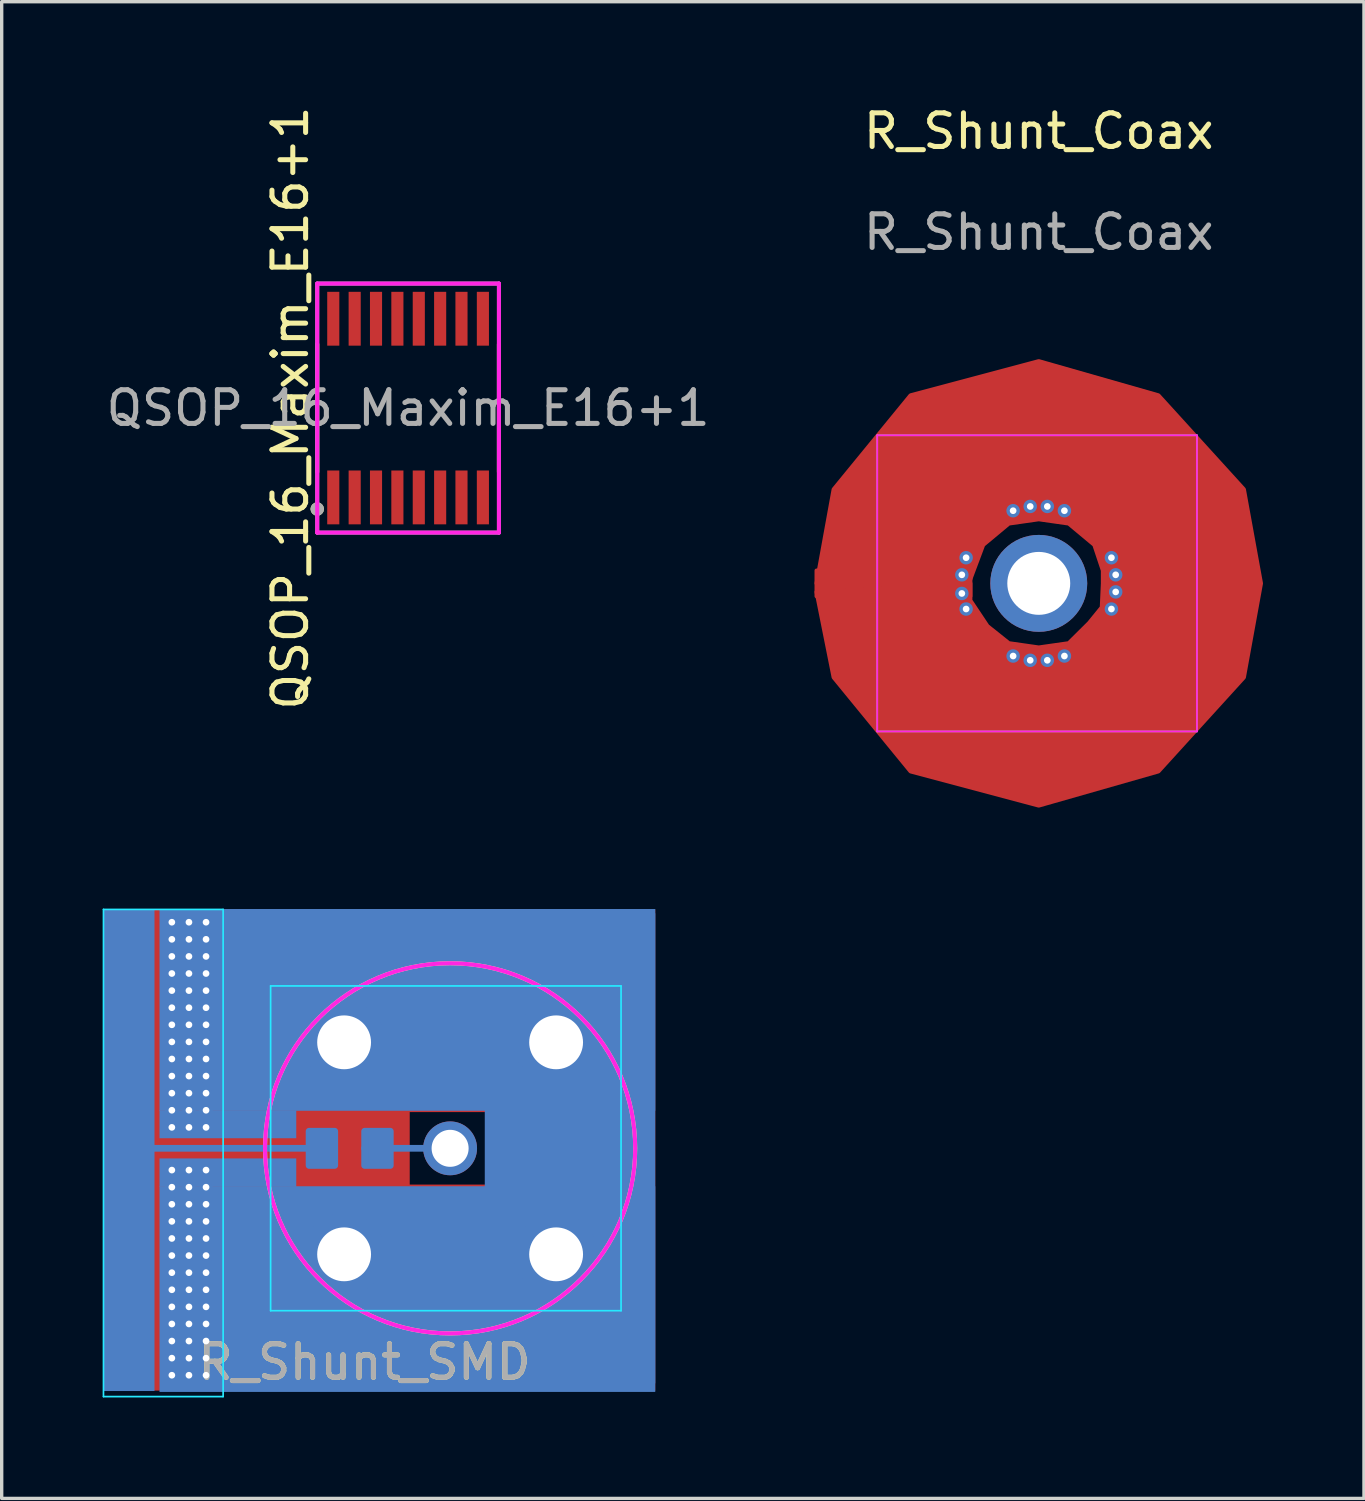
<source format=kicad_pcb>
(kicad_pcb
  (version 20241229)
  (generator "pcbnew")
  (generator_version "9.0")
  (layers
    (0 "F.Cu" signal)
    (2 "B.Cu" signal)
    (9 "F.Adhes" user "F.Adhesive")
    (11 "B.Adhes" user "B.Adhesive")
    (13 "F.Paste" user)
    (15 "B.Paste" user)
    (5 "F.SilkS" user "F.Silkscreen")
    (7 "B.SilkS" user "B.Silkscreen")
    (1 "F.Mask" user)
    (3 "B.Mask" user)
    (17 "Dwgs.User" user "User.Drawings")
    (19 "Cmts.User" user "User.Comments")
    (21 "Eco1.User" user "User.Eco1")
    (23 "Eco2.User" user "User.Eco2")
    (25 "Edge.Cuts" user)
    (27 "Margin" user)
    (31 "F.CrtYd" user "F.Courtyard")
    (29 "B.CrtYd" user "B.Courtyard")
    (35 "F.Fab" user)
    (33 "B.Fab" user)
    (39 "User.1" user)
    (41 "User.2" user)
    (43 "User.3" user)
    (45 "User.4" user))
  (footprint "QSOP_16_Maxim_E16+1"
    (layer "F.Cu")
    (at 9.077 9.077)
    (property "Reference" "QSOP_16_Maxim_E16+1" (at -3.5 0 90) (layer "F.SilkS") (effects (font (size 1 1) (thickness 0.15))))
    (attr through_hole)
    (fp_line (start -2.7 1.9) (end -2.7 -1.9) (stroke (width 0.12) (type solid)) (layer "F.SilkS"))
    (fp_line (start 2.7 -1.9) (end 2.7 1.9) (stroke (width 0.12) (type solid)) (layer "F.SilkS"))
    (fp_circle (center -2.7 3) (end -2.6 3) (stroke (width 0.2) (type solid)) (fill no) (layer "F.SilkS"))
    (fp_line (start -2.7 -3.7) (end 2.7 -3.7) (stroke (width 0.12) (type solid)) (layer "F.CrtYd"))
    (fp_line (start -2.7 3.7) (end -2.7 -3.7) (stroke (width 0.12) (type solid)) (layer "F.CrtYd"))
    (fp_line (start 2.7 -3.7) (end 2.7 3.7) (stroke (width 0.12) (type solid)) (layer "F.CrtYd"))
    (fp_line (start 2.7 3.7) (end -2.7 3.7) (stroke (width 0.12) (type solid)) (layer "F.CrtYd"))
    (fp_line (start -2.7 -3.7) (end 2.7 -3.7) (stroke (width 0.12) (type solid)) (layer "F.Fab"))
    (fp_line (start -2.7 3.7) (end -2.7 -3.7) (stroke (width 0.12) (type solid)) (layer "F.Fab"))
    (fp_line (start 2.7 -3.7) (end 2.7 3.7) (stroke (width 0.12) (type solid)) (layer "F.Fab"))
    (fp_line (start 2.7 3.7) (end -2.7 3.7) (stroke (width 0.12) (type solid)) (layer "F.Fab"))
    (fp_circle (center -2.7 3) (end -2.6 3) (stroke (width 0.2) (type solid)) (fill no) (layer "F.Fab"))
    (fp_text user "${REFERENCE}" (at 0 0 0) (unlocked yes) (layer "F.Fab") (effects (font (size 1 1) (thickness 0.15))))
    (pad "1" smd rect (at -2.223 2.655) (size 0.36 1.6) (layers "F.Cu" "F.Mask" "F.Paste"))
    (pad "2" smd rect (at -1.587 2.655) (size 0.36 1.6) (layers "F.Cu" "F.Mask" "F.Paste"))
    (pad "3" smd rect (at -0.953 2.655) (size 0.36 1.6) (layers "F.Cu" "F.Mask" "F.Paste"))
    (pad "4" smd rect (at -0.318 2.655) (size 0.36 1.6) (layers "F.Cu" "F.Mask" "F.Paste"))
    (pad "5" smd rect (at 0.318 2.655) (size 0.36 1.6) (layers "F.Cu" "F.Mask" "F.Paste"))
    (pad "6" smd rect (at 0.953 2.655) (size 0.36 1.6) (layers "F.Cu" "F.Mask" "F.Paste"))
    (pad "7" smd rect (at 1.587 2.655) (size 0.36 1.6) (layers "F.Cu" "F.Mask" "F.Paste"))
    (pad "8" smd rect (at 2.223 2.655) (size 0.36 1.6) (layers "F.Cu" "F.Mask" "F.Paste"))
    (pad "9" smd rect (at 2.223 -2.655) (size 0.36 1.6) (layers "F.Cu" "F.Mask" "F.Paste"))
    (pad "10" smd rect (at 1.587 -2.655) (size 0.36 1.6) (layers "F.Cu" "F.Mask" "F.Paste"))
    (pad "11" smd rect (at 0.953 -2.655) (size 0.36 1.6) (layers "F.Cu" "F.Mask" "F.Paste"))
    (pad "12" smd rect (at 0.318 -2.655) (size 0.36 1.6) (layers "F.Cu" "F.Mask" "F.Paste"))
    (pad "13" smd rect (at -0.318 -2.655) (size 0.36 1.6) (layers "F.Cu" "F.Mask" "F.Paste"))
    (pad "14" smd rect (at -0.953 -2.655) (size 0.36 1.6) (layers "F.Cu" "F.Mask" "F.Paste"))
    (pad "15" smd rect (at -1.587 -2.655) (size 0.36 1.6) (layers "F.Cu" "F.Mask" "F.Paste"))
    (pad "16" smd rect (at -2.223 -2.655) (size 0.36 1.6) (layers "F.Cu" "F.Mask" "F.Paste")))
  (footprint "R_Shunt_SMD"
    (layer "F.Cu")
    (at 10.326 31.075)
    (property "Reference" "R_Shunt_SMD" (at -2.54 6.35 0) (unlocked yes) (layer "F.SilkS") (effects (font (size 1 1) (thickness 0.15))))
    (attr smd)
    (fp_rect (start -10.285 -7.088) (end -1.2 7.2) (stroke (width 0) (type solid)) (fill yes) (layer "F.Cu"))
    (fp_rect (start -3 1.077) (end 2.2 7.2) (stroke (width 0) (type solid)) (fill yes) (layer "F.Cu"))
    (fp_rect (start -2.4 -7.1) (end 2.8 -1.077) (stroke (width 0) (type solid)) (fill yes) (layer "F.Cu"))
    (fp_rect (start 1.1 -7.1) (end 6.096 7.2) (stroke (width 0) (type solid)) (fill yes) (layer "F.Cu"))
    (fp_line (start -3.81 0) (end -9.271 0) (stroke (width 0.2) (type solid)) (layer "B.Cu"))
    (fp_line (start 0 0) (end -2.54 0) (stroke (width 0.2) (type solid)) (layer "B.Cu"))
    (fp_rect (start -8.636 -7.112) (end 6.096 -1.116) (stroke (width 0) (type solid)) (fill yes) (layer "B.Cu"))
    (fp_rect (start -8.636 -1.131) (end -4.572 -0.3) (stroke (width 0) (type solid)) (fill yes) (layer "B.Cu"))
    (fp_rect (start -8.636 0.3) (end -4.572 1.143) (stroke (width 0) (type solid)) (fill yes) (layer "B.Cu"))
    (fp_rect (start -8.636 1.127) (end 6.096 7.239) (stroke (width 0) (type solid)) (fill yes) (layer "B.Cu"))
    (fp_rect (start -4.191 -0.508) (end -3.429 0.508) (stroke (width 0.2) (type solid)) (fill yes) (layer "B.Cu"))
    (fp_rect (start -2.54 -0.508) (end -1.778 0.508) (stroke (width 0.2) (type solid)) (fill yes) (layer "B.Cu"))
    (fp_rect (start 6.096 -6.985) (end 1.03 6.985) (stroke (width 0) (type solid)) (fill yes) (layer "B.Cu"))
    (fp_rect (start -10.175 -6.985) (end -8.875 7.115) (stroke (width 0.2) (type solid)) (fill yes) (layer "B.Mask"))
    (fp_rect (start -8.585 -6.985) (end -6.985 -0.366) (stroke (width 0.2) (type solid)) (fill yes) (layer "B.Mask"))
    (fp_rect (start -8.561 0.447) (end -6.961 7.147) (stroke (width 0.2) (type solid)) (fill yes) (layer "B.Mask"))
    (fp_circle (center 0 0) (end 5.5 0) (stroke (width 0.12) (type solid)) (fill no) (layer "F.SilkS"))
    (fp_rect (start -10.185 -6.988) (end -8.885 7.112) (stroke (width 0.2) (type solid)) (fill yes) (layer "B.Paste"))
    (fp_rect (start -8.585 -6.988) (end -6.985 -0.369) (stroke (width 0.2) (type solid)) (fill yes) (layer "B.Paste"))
    (fp_rect (start -8.585 0.412) (end -6.985 7.112) (stroke (width 0.2) (type solid)) (fill yes) (layer "B.Paste"))
    (fp_rect (start -4.2 -0.508) (end -3.438 0.508) (stroke (width 0.2) (type solid)) (fill yes) (layer "B.Paste"))
    (fp_rect (start -2.562 -0.508) (end -1.8 0.508) (stroke (width 0.2) (type solid)) (fill yes) (layer "B.Paste"))
    (fp_line (start -10.301 -7.1) (end -6.745 -7.1) (stroke (width 0.05) (type solid)) (layer "B.CrtYd"))
    (fp_line (start -10.301 7.378) (end -10.301 -7.1) (stroke (width 0.05) (type solid)) (layer "B.CrtYd"))
    (fp_line (start -6.745 -7.1) (end -6.745 7.378) (stroke (width 0.05) (type solid)) (layer "B.CrtYd"))
    (fp_line (start -6.745 7.378) (end -10.301 7.378) (stroke (width 0.05) (type solid)) (layer "B.CrtYd"))
    (fp_line (start -5.334 -4.826) (end 5.08 -4.826) (stroke (width 0.05) (type solid)) (layer "B.CrtYd"))
    (fp_line (start -5.334 4.826) (end -5.334 -4.826) (stroke (width 0.05) (type solid)) (layer "B.CrtYd"))
    (fp_line (start 5.08 -4.826) (end 5.08 4.826) (stroke (width 0.05) (type solid)) (layer "B.CrtYd"))
    (fp_line (start 5.08 4.826) (end -5.334 4.826) (stroke (width 0.05) (type solid)) (layer "B.CrtYd"))
    (fp_circle (center 0 0) (end 5.5 0) (stroke (width 0.12) (type solid)) (fill no) (layer "F.CrtYd"))
    (fp_text user "${REFERENCE}" (at -2.54 6.35 0) (unlocked yes) (layer "F.Fab") (effects (font (size 1 1) (thickness 0.15))))
    (pad "" thru_hole circle (at 0 0) (size 1.6 1.6) (drill 1.1) (layers "*.Cu" "*.Mask"))
    (pad "1" smd rect (at -9.535 0.062) (size 1.5 14.3) (layers "B.Cu"))
    (pad "2" thru_hole circle (at -8.269 -6.719) (size 0.4 0.4) (drill 0.2) (layers "*.Cu" "*.Mask"))
    (pad "2" thru_hole circle (at -8.269 -6.211) (size 0.4 0.4) (drill 0.2) (layers "*.Cu" "*.Mask"))
    (pad "2" thru_hole circle (at -8.269 -5.703) (size 0.4 0.4) (drill 0.2) (layers "*.Cu" "*.Mask"))
    (pad "2" thru_hole circle (at -8.269 -5.195) (size 0.4 0.4) (drill 0.2) (layers "*.Cu" "*.Mask"))
    (pad "2" thru_hole circle (at -8.269 -4.687) (size 0.4 0.4) (drill 0.2) (layers "*.Cu" "*.Mask"))
    (pad "2" thru_hole circle (at -8.269 -4.179) (size 0.4 0.4) (drill 0.2) (layers "*.Cu" "*.Mask"))
    (pad "2" thru_hole circle (at -8.269 -3.671) (size 0.4 0.4) (drill 0.2) (layers "*.Cu" "*.Mask"))
    (pad "2" thru_hole circle (at -8.269 -3.163) (size 0.4 0.4) (drill 0.2) (layers "*.Cu" "*.Mask"))
    (pad "2" thru_hole circle (at -8.269 -2.655) (size 0.4 0.4) (drill 0.2) (layers "*.Cu" "*.Mask"))
    (pad "2" thru_hole circle (at -8.269 -2.147) (size 0.4 0.4) (drill 0.2) (layers "*.Cu" "*.Mask"))
    (pad "2" thru_hole circle (at -8.269 -1.639) (size 0.4 0.4) (drill 0.2) (layers "*.Cu" "*.Mask"))
    (pad "2" thru_hole circle (at -8.269 -1.131) (size 0.4 0.4) (drill 0.2) (layers "*.Cu" "*.Mask"))
    (pad "2" thru_hole circle (at -8.269 -0.623) (size 0.4 0.4) (drill 0.2) (layers "*.Cu" "*.Mask"))
    (pad "2" thru_hole circle (at -8.269 0.647) (size 0.4 0.4) (drill 0.2) (layers "*.Cu" "*.Mask"))
    (pad "2" thru_hole circle (at -8.269 1.155) (size 0.4 0.4) (drill 0.2) (layers "*.Cu" "*.Mask"))
    (pad "2" thru_hole circle (at -8.269 1.663) (size 0.4 0.4) (drill 0.2) (layers "*.Cu" "*.Mask"))
    (pad "2" thru_hole circle (at -8.269 2.171) (size 0.4 0.4) (drill 0.2) (layers "*.Cu" "*.Mask"))
    (pad "2" thru_hole circle (at -8.269 2.679) (size 0.4 0.4) (drill 0.2) (layers "*.Cu" "*.Mask"))
    (pad "2" thru_hole circle (at -8.269 3.187) (size 0.4 0.4) (drill 0.2) (layers "*.Cu" "*.Mask"))
    (pad "2" thru_hole circle (at -8.269 3.695) (size 0.4 0.4) (drill 0.2) (layers "*.Cu" "*.Mask"))
    (pad "2" thru_hole circle (at -8.269 4.203) (size 0.4 0.4) (drill 0.2) (layers "*.Cu" "*.Mask"))
    (pad "2" thru_hole circle (at -8.269 4.711) (size 0.4 0.4) (drill 0.2) (layers "*.Cu" "*.Mask"))
    (pad "2" thru_hole circle (at -8.269 5.219) (size 0.4 0.4) (drill 0.2) (layers "*.Cu" "*.Mask"))
    (pad "2" thru_hole circle (at -8.269 5.727) (size 0.4 0.4) (drill 0.2) (layers "*.Cu" "*.Mask"))
    (pad "2" thru_hole circle (at -8.269 6.235) (size 0.4 0.4) (drill 0.2) (layers "*.Cu" "*.Mask"))
    (pad "2" thru_hole circle (at -8.269 6.743) (size 0.4 0.4) (drill 0.2) (layers "*.Cu" "*.Mask"))
    (pad "2" thru_hole circle (at -7.761 -6.719) (size 0.4 0.4) (drill 0.2) (layers "*.Cu" "*.Mask"))
    (pad "2" thru_hole circle (at -7.761 -6.211) (size 0.4 0.4) (drill 0.2) (layers "*.Cu" "*.Mask"))
    (pad "2" thru_hole circle (at -7.761 -5.703) (size 0.4 0.4) (drill 0.2) (layers "*.Cu" "*.Mask"))
    (pad "2" thru_hole circle (at -7.761 -5.195) (size 0.4 0.4) (drill 0.2) (layers "*.Cu" "*.Mask"))
    (pad "2" thru_hole circle (at -7.761 -4.687) (size 0.4 0.4) (drill 0.2) (layers "*.Cu" "*.Mask"))
    (pad "2" thru_hole circle (at -7.761 -4.179) (size 0.4 0.4) (drill 0.2) (layers "*.Cu" "*.Mask"))
    (pad "2" thru_hole circle (at -7.761 -3.671) (size 0.4 0.4) (drill 0.2) (layers "*.Cu" "*.Mask"))
    (pad "2" thru_hole circle (at -7.761 -3.163) (size 0.4 0.4) (drill 0.2) (layers "*.Cu" "*.Mask"))
    (pad "2" thru_hole circle (at -7.761 -2.655) (size 0.4 0.4) (drill 0.2) (layers "*.Cu" "*.Mask"))
    (pad "2" thru_hole circle (at -7.761 -2.147) (size 0.4 0.4) (drill 0.2) (layers "*.Cu" "*.Mask"))
    (pad "2" thru_hole circle (at -7.761 -1.639) (size 0.4 0.4) (drill 0.2) (layers "*.Cu" "*.Mask"))
    (pad "2" thru_hole circle (at -7.761 -1.131) (size 0.4 0.4) (drill 0.2) (layers "*.Cu" "*.Mask"))
    (pad "2" thru_hole circle (at -7.761 -0.623) (size 0.4 0.4) (drill 0.2) (layers "*.Cu" "*.Mask"))
    (pad "2" thru_hole circle (at -7.761 0.647) (size 0.4 0.4) (drill 0.2) (layers "*.Cu" "*.Mask"))
    (pad "2" thru_hole circle (at -7.761 1.155) (size 0.4 0.4) (drill 0.2) (layers "*.Cu" "*.Mask"))
    (pad "2" thru_hole circle (at -7.761 1.663) (size 0.4 0.4) (drill 0.2) (layers "*.Cu" "*.Mask"))
    (pad "2" thru_hole circle (at -7.761 2.171) (size 0.4 0.4) (drill 0.2) (layers "*.Cu" "*.Mask"))
    (pad "2" thru_hole circle (at -7.761 2.679) (size 0.4 0.4) (drill 0.2) (layers "*.Cu" "*.Mask"))
    (pad "2" thru_hole circle (at -7.761 3.187) (size 0.4 0.4) (drill 0.2) (layers "*.Cu" "*.Mask"))
    (pad "2" thru_hole circle (at -7.761 3.695) (size 0.4 0.4) (drill 0.2) (layers "*.Cu" "*.Mask"))
    (pad "2" thru_hole circle (at -7.761 4.203) (size 0.4 0.4) (drill 0.2) (layers "*.Cu" "*.Mask"))
    (pad "2" thru_hole circle (at -7.761 4.711) (size 0.4 0.4) (drill 0.2) (layers "*.Cu" "*.Mask"))
    (pad "2" thru_hole circle (at -7.761 5.219) (size 0.4 0.4) (drill 0.2) (layers "*.Cu" "*.Mask"))
    (pad "2" thru_hole circle (at -7.761 5.727) (size 0.4 0.4) (drill 0.2) (layers "*.Cu" "*.Mask"))
    (pad "2" thru_hole circle (at -7.761 6.235) (size 0.4 0.4) (drill 0.2) (layers "*.Cu" "*.Mask"))
    (pad "2" thru_hole circle (at -7.761 6.743) (size 0.4 0.4) (drill 0.2) (layers "*.Cu" "*.Mask"))
    (pad "2" thru_hole circle (at -7.253 -6.719) (size 0.4 0.4) (drill 0.2) (layers "*.Cu" "*.Mask"))
    (pad "2" thru_hole circle (at -7.253 -6.211) (size 0.4 0.4) (drill 0.2) (layers "*.Cu" "*.Mask"))
    (pad "2" thru_hole circle (at -7.253 -5.703) (size 0.4 0.4) (drill 0.2) (layers "*.Cu" "*.Mask"))
    (pad "2" thru_hole circle (at -7.253 -5.195) (size 0.4 0.4) (drill 0.2) (layers "*.Cu" "*.Mask"))
    (pad "2" thru_hole circle (at -7.253 -4.687) (size 0.4 0.4) (drill 0.2) (layers "*.Cu" "*.Mask"))
    (pad "2" thru_hole circle (at -7.253 -4.179) (size 0.4 0.4) (drill 0.2) (layers "*.Cu" "*.Mask"))
    (pad "2" thru_hole circle (at -7.253 -3.671) (size 0.4 0.4) (drill 0.2) (layers "*.Cu" "*.Mask"))
    (pad "2" thru_hole circle (at -7.253 -3.163) (size 0.4 0.4) (drill 0.2) (layers "*.Cu" "*.Mask"))
    (pad "2" thru_hole circle (at -7.253 -2.655) (size 0.4 0.4) (drill 0.2) (layers "*.Cu" "*.Mask"))
    (pad "2" thru_hole circle (at -7.253 -2.147) (size 0.4 0.4) (drill 0.2) (layers "*.Cu" "*.Mask"))
    (pad "2" thru_hole circle (at -7.253 -1.639) (size 0.4 0.4) (drill 0.2) (layers "*.Cu" "*.Mask"))
    (pad "2" thru_hole circle (at -7.253 -1.131) (size 0.4 0.4) (drill 0.2) (layers "*.Cu" "*.Mask"))
    (pad "2" thru_hole circle (at -7.253 -0.623) (size 0.4 0.4) (drill 0.2) (layers "*.Cu" "*.Mask"))
    (pad "2" thru_hole circle (at -7.253 0.647) (size 0.4 0.4) (drill 0.2) (layers "*.Cu" "*.Mask"))
    (pad "2" thru_hole circle (at -7.253 1.155) (size 0.4 0.4) (drill 0.2) (layers "*.Cu" "*.Mask"))
    (pad "2" thru_hole circle (at -7.253 1.663) (size 0.4 0.4) (drill 0.2) (layers "*.Cu" "*.Mask"))
    (pad "2" thru_hole circle (at -7.253 2.171) (size 0.4 0.4) (drill 0.2) (layers "*.Cu" "*.Mask"))
    (pad "2" thru_hole circle (at -7.253 2.679) (size 0.4 0.4) (drill 0.2) (layers "*.Cu" "*.Mask"))
    (pad "2" thru_hole circle (at -7.253 3.187) (size 0.4 0.4) (drill 0.2) (layers "*.Cu" "*.Mask"))
    (pad "2" thru_hole circle (at -7.253 3.695) (size 0.4 0.4) (drill 0.2) (layers "*.Cu" "*.Mask"))
    (pad "2" thru_hole circle (at -7.253 4.203) (size 0.4 0.4) (drill 0.2) (layers "*.Cu" "*.Mask"))
    (pad "2" thru_hole circle (at -7.253 4.711) (size 0.4 0.4) (drill 0.2) (layers "*.Cu" "*.Mask"))
    (pad "2" thru_hole circle (at -7.253 5.219) (size 0.4 0.4) (drill 0.2) (layers "*.Cu" "*.Mask"))
    (pad "2" thru_hole circle (at -7.253 5.727) (size 0.4 0.4) (drill 0.2) (layers "*.Cu" "*.Mask"))
    (pad "2" thru_hole circle (at -7.253 6.235) (size 0.4 0.4) (drill 0.2) (layers "*.Cu" "*.Mask"))
    (pad "2" thru_hole circle (at -7.253 6.743) (size 0.4 0.4) (drill 0.2) (layers "*.Cu" "*.Mask"))
    (pad "2" thru_hole circle (at -3.15 -3.15) (size 2.5 2.5) (drill 1.6) (layers "*.Cu" "*.Mask"))
    (pad "2" thru_hole circle (at -3.15 3.15) (size 2.5 2.5) (drill 1.6) (layers "*.Cu" "*.Mask"))
    (pad "2" thru_hole circle (at 3.15 -3.15) (size 2.5 2.5) (drill 1.6) (layers "*.Cu" "*.Mask"))
    (pad "2" thru_hole circle (at 3.15 3.15) (size 2.5 2.5) (drill 1.6) (layers "*.Cu" "*.Mask")))
  (footprint "R_Shunt_Coax"
    (layer "F.Cu")
    (at 27.819 14.286)
    (property "Reference" "R_Shunt_Coax" (at 0 -13.438 0) (unlocked yes) (layer "F.SilkS") (effects (font (size 1 1) (thickness 0.15))))
    (attr through_hole)
    (fp_rect (start -6.604 -0.381) (end -2.032 0.381) (stroke (width 0.12) (type solid)) (fill yes) (layer "F.Cu"))
    (fp_poly (pts (xy 3.556 -5.588) (xy 6.096 -2.794) (xy 6.604 0) (xy 6.096 2.794) (xy 3.556 5.588) (xy 0 6.604) (xy -3.81 5.588) (xy -6.096 2.794) (xy -6.604 0.254) (xy -2.032 0) (xy -2.032 0.508) (xy -1.524 1.27) (xy -0.889 1.778) (xy 0 1.905) (xy 0.889 1.778) (xy 1.495 1.177) (xy 1.873 0.712) (xy 1.905 0) (xy 1.905 -0.381) (xy 1.651 -1.143) (xy 0.889 -1.778) (xy 0 -1.905) (xy -0.889 -1.778) (xy -1.651 -1.143) (xy -2.032 -0.127) (xy -2.286 -0.254) (xy -5.588 0) (xy -6.604 0) (xy -6.096 -2.794) (xy -3.81 -5.588) (xy 0 -6.604)) (stroke (width 0.12) (type solid)) (fill yes) (layer "F.Cu"))
    (fp_rect (start -6.604 -0.381) (end -2.032 0.381) (stroke (width 0.12) (type solid)) (fill yes) (layer "F.Mask"))
    (fp_poly (pts (xy 3.556 -5.588) (xy 6.096 -2.794) (xy 6.604 0) (xy 6.096 2.794) (xy 3.556 5.588) (xy 0 6.604) (xy -3.81 5.588) (xy -6.096 2.794) (xy -6.604 0.254) (xy -2.032 0) (xy -2.032 0.508) (xy -1.524 1.27) (xy -0.889 1.778) (xy 0 1.905) (xy 0.889 1.778) (xy 1.495 1.177) (xy 1.873 0.712) (xy 1.905 0) (xy 1.905 -0.381) (xy 1.651 -1.143) (xy 0.889 -1.778) (xy 0 -1.905) (xy -0.889 -1.778) (xy -1.651 -1.143) (xy -2.032 -0.127) (xy -2.286 -0.254) (xy -5.588 0) (xy -6.604 0) (xy -6.096 -2.794) (xy -3.81 -5.588) (xy 0 -6.604)) (stroke (width 0.12) (type solid)) (fill yes) (layer "F.Mask"))
    (fp_line (start -4.8 -4.4) (end -4.8 4.4) (stroke (width 0.05) (type solid)) (layer "F.CrtYd"))
    (fp_line (start -4.8 4.4) (end 4.7 4.4) (stroke (width 0.05) (type solid)) (layer "F.CrtYd"))
    (fp_line (start 4.7 -4.4) (end -4.8 -4.4) (stroke (width 0.05) (type solid)) (layer "F.CrtYd"))
    (fp_line (start 4.7 4.4) (end 4.7 -4.4) (stroke (width 0.05) (type solid)) (layer "F.CrtYd"))
    (fp_line (start -4.8 -4.4) (end -4.8 4.4) (stroke (width 0.05) (type solid)) (layer "F.Fab"))
    (fp_line (start -4.8 4.4) (end 4.7 4.4) (stroke (width 0.05) (type solid)) (layer "F.Fab"))
    (fp_line (start 4.7 -4.4) (end -4.8 -4.4) (stroke (width 0.05) (type solid)) (layer "F.Fab"))
    (fp_line (start 4.7 4.4) (end 4.7 -4.4) (stroke (width 0.05) (type solid)) (layer "F.Fab"))
    (fp_text user "${REFERENCE}" (at 0 -10.438 0) (unlocked yes) (layer "F.Fab") (effects (font (size 1 1) (thickness 0.15))))
    (pad "1" thru_hole circle (at 0 0) (size 2.88 2.88) (drill 1.87) (layers "*.Cu" "*.Mask"))
    (pad "2" thru_hole circle (at -2.286 -0.254) (size 0.4 0.4) (drill 0.2) (layers "*.Cu" "*.Mask"))
    (pad "2" thru_hole circle (at -2.286 0.3) (size 0.4 0.4) (drill 0.2) (layers "*.Cu" "*.Mask"))
    (pad "2" thru_hole circle (at -2.159 -0.762) (size 0.4 0.4) (drill 0.2) (layers "*.Cu" "*.Mask"))
    (pad "2" thru_hole circle (at -2.159 0.762) (size 0.4 0.4) (drill 0.2) (layers "*.Cu" "*.Mask"))
    (pad "2" thru_hole circle (at -0.762 -2.159) (size 0.4 0.4) (drill 0.2) (layers "*.Cu" "*.Mask"))
    (pad "2" thru_hole circle (at -0.762 2.159) (size 0.4 0.4) (drill 0.2) (layers "*.Cu" "*.Mask"))
    (pad "2" connect circle (at -0.4 4.5) (size 1 1) (layers "F.Cu" "F.Mask"))
    (pad "2" thru_hole circle (at -0.254 -2.286) (size 0.4 0.4) (drill 0.2) (layers "*.Cu" "*.Mask"))
    (pad "2" thru_hole circle (at -0.254 2.286) (size 0.4 0.4) (drill 0.2) (layers "*.Cu" "*.Mask"))
    (pad "2" thru_hole circle (at 0.254 -2.286) (size 0.4 0.4) (drill 0.2) (layers "*.Cu" "*.Mask"))
    (pad "2" thru_hole circle (at 0.254 2.286) (size 0.4 0.4) (drill 0.2) (layers "*.Cu" "*.Mask"))
    (pad "2" thru_hole circle (at 0.762 -2.159) (size 0.4 0.4) (drill 0.2) (layers "*.Cu" "*.Mask"))
    (pad "2" thru_hole circle (at 0.762 2.159) (size 0.4 0.4) (drill 0.2) (layers "*.Cu" "*.Mask"))
    (pad "2" thru_hole circle (at 2.159 -0.762) (size 0.4 0.4) (drill 0.2) (layers "*.Cu" "*.Mask"))
    (pad "2" thru_hole circle (at 2.159 0.762) (size 0.4 0.4) (drill 0.2) (layers "*.Cu" "*.Mask"))
    (pad "2" thru_hole circle (at 2.286 -0.254) (size 0.4 0.4) (drill 0.2) (layers "*.Cu" "*.Mask"))
    (pad "2" thru_hole circle (at 2.286 0.254) (size 0.4 0.4) (drill 0.2) (layers "*.Cu" "*.Mask")))
  (gr_rect
    (start -3 -3)
    (end 37.483 41.478)
    (stroke (width 0.1) (type default))
    (fill no)
    (layer "Edge.Cuts")))
</source>
